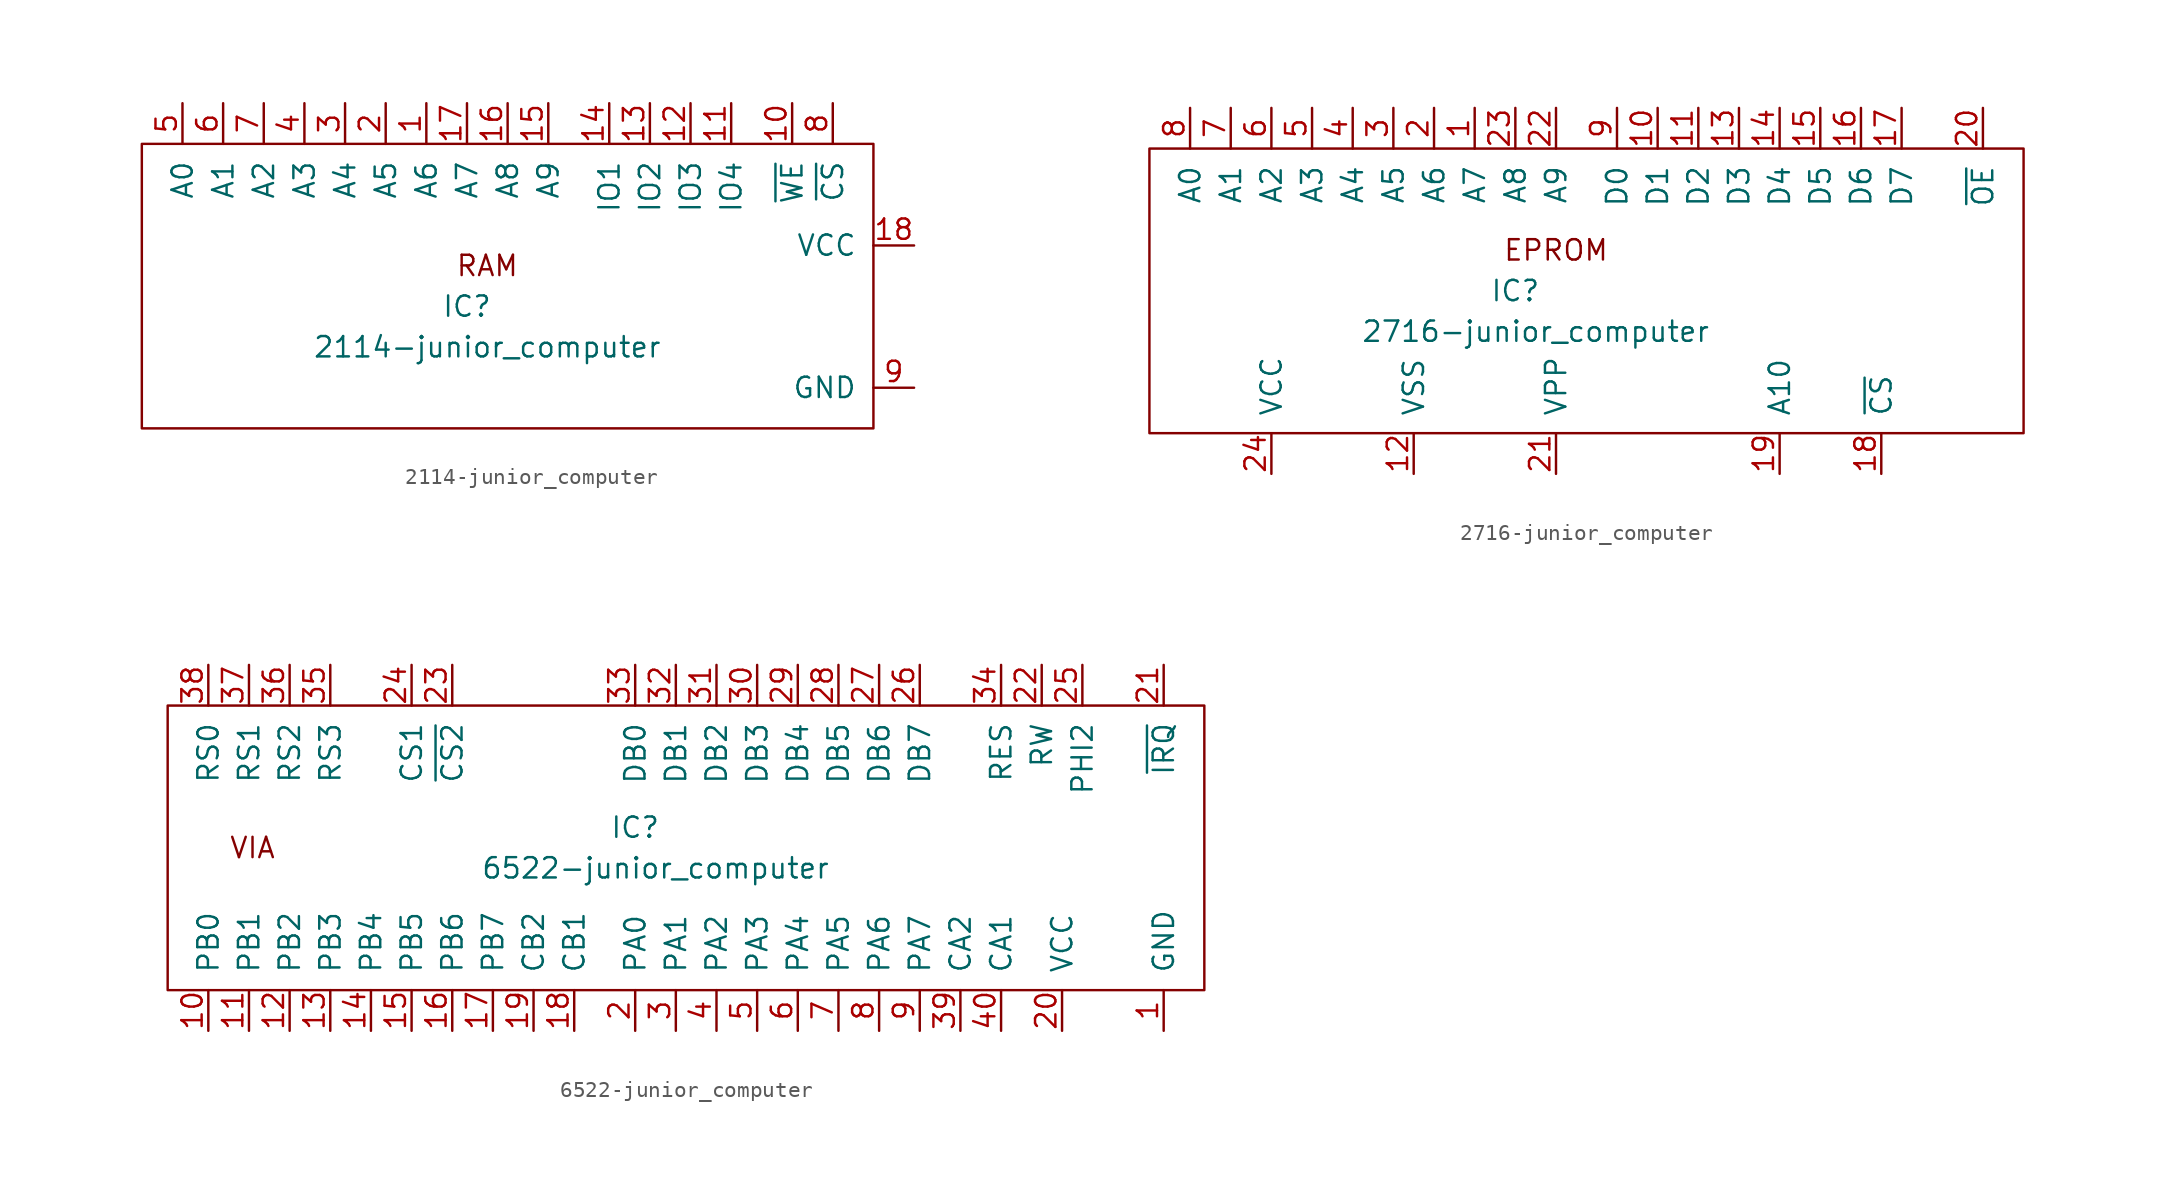
<source format=kicad_sym>
(kicad_symbol_lib
  (version 20220914)
  (generator kicad_symbol_editor)
  (symbol "2114-junior_computer"
    (pin_names
      (offset 1.016))
    (property "Reference" "IC"
      (at -3.81 -1.27 0)
      (effects (font (size 1.27 1.27))))
    (property "Value" "2114-junior_computer"
      (at -2.54 -3.81 0)
      (effects (font (size 1.27 1.27))))
    (symbol "2114-junior_computer_0_0"
      (rectangle (start -24.13 8.89) (end 21.59 -8.89) (stroke (width 0) (type solid)) (fill (type none)))
      (text "RAM" (at -2.54 1.27 0) (effects (font (size 1.27 1.27)))))
    (symbol "2114-junior_computer_1_1"
      (pin input line (at -6.35 11.43 270) (length 2.54) (name "A6" (effects (font (size 1.27 1.27)))) (number "1" (effects (font (size 1.27 1.27)))))
      (pin input line (at 16.51 11.43 270) (length 2.54) (name "~{WE}" (effects (font (size 1.27 1.27)))) (number "10" (effects (font (size 1.27 1.27)))))
      (pin bidirectional line (at 12.7 11.43 270) (length 2.54) (name "IO4" (effects (font (size 1.27 1.27)))) (number "11" (effects (font (size 1.27 1.27)))))
      (pin bidirectional line (at 10.16 11.43 270) (length 2.54) (name "IO3" (effects (font (size 1.27 1.27)))) (number "12" (effects (font (size 1.27 1.27)))))
      (pin bidirectional line (at 7.62 11.43 270) (length 2.54) (name "IO2" (effects (font (size 1.27 1.27)))) (number "13" (effects (font (size 1.27 1.27)))))
      (pin bidirectional line (at 5.08 11.43 270) (length 2.54) (name "IO1" (effects (font (size 1.27 1.27)))) (number "14" (effects (font (size 1.27 1.27)))))
      (pin input line (at 1.27 11.43 270) (length 2.54) (name "A9" (effects (font (size 1.27 1.27)))) (number "15" (effects (font (size 1.27 1.27)))))
      (pin input line (at -1.27 11.43 270) (length 2.54) (name "A8" (effects (font (size 1.27 1.27)))) (number "16" (effects (font (size 1.27 1.27)))))
      (pin input line (at -3.81 11.43 270) (length 2.54) (name "A7" (effects (font (size 1.27 1.27)))) (number "17" (effects (font (size 1.27 1.27)))))
      (pin power_in line (at 24.13 2.54 180) (length 2.54) (name "VCC" (effects (font (size 1.27 1.27)))) (number "18" (effects (font (size 1.27 1.27)))))
      (pin input line (at -8.89 11.43 270) (length 2.54) (name "A5" (effects (font (size 1.27 1.27)))) (number "2" (effects (font (size 1.27 1.27)))))
      (pin input line (at -11.43 11.43 270) (length 2.54) (name "A4" (effects (font (size 1.27 1.27)))) (number "3" (effects (font (size 1.27 1.27)))))
      (pin input line (at -13.97 11.43 270) (length 2.54) (name "A3" (effects (font (size 1.27 1.27)))) (number "4" (effects (font (size 1.27 1.27)))))
      (pin input line (at -21.59 11.43 270) (length 2.54) (name "A0" (effects (font (size 1.27 1.27)))) (number "5" (effects (font (size 1.27 1.27)))))
      (pin input line (at -19.05 11.43 270) (length 2.54) (name "A1" (effects (font (size 1.27 1.27)))) (number "6" (effects (font (size 1.27 1.27)))))
      (pin input line (at -16.51 11.43 270) (length 2.54) (name "A2" (effects (font (size 1.27 1.27)))) (number "7" (effects (font (size 1.27 1.27)))))
      (pin input line (at 19.05 11.43 270) (length 2.54) (name "~{CS}" (effects (font (size 1.27 1.27)))) (number "8" (effects (font (size 1.27 1.27)))))
      (pin power_in line (at 24.13 -6.35 180) (length 2.54) (name "GND" (effects (font (size 1.27 1.27)))) (number "9" (effects (font (size 1.27 1.27)))))))
  (symbol "2716-junior_computer"
    (pin_names
      (offset 1.016))
    (property "Reference" "IC"
      (at -1.27 0 0)
      (effects (font (size 1.27 1.27))))
    (property "Value" "2716-junior_computer"
      (at 0 -2.54 0)
      (effects (font (size 1.27 1.27))))
    (symbol "2716-junior_computer_0_0"
      (rectangle (start -24.13 8.89) (end 30.48 -8.89) (stroke (width 0) (type solid)) (fill (type none)))
      (text "EPROM" (at 1.27 2.54 0) (effects (font (size 1.27 1.27)))))
    (symbol "2716-junior_computer_1_1"
      (pin input line (at -3.81 11.43 270) (length 2.54) (name "A7" (effects (font (size 1.27 1.27)))) (number "1" (effects (font (size 1.27 1.27)))))
      (pin bidirectional line (at 7.62 11.43 270) (length 2.54) (name "D1" (effects (font (size 1.27 1.27)))) (number "10" (effects (font (size 1.27 1.27)))))
      (pin bidirectional line (at 10.16 11.43 270) (length 2.54) (name "D2" (effects (font (size 1.27 1.27)))) (number "11" (effects (font (size 1.27 1.27)))))
      (pin power_in line (at -7.62 -11.43 90) (length 2.54) (name "VSS" (effects (font (size 1.27 1.27)))) (number "12" (effects (font (size 1.27 1.27)))))
      (pin bidirectional line (at 12.7 11.43 270) (length 2.54) (name "D3" (effects (font (size 1.27 1.27)))) (number "13" (effects (font (size 1.27 1.27)))))
      (pin bidirectional line (at 15.24 11.43 270) (length 2.54) (name "D4" (effects (font (size 1.27 1.27)))) (number "14" (effects (font (size 1.27 1.27)))))
      (pin bidirectional line (at 17.78 11.43 270) (length 2.54) (name "D5" (effects (font (size 1.27 1.27)))) (number "15" (effects (font (size 1.27 1.27)))))
      (pin bidirectional line (at 20.32 11.43 270) (length 2.54) (name "D6" (effects (font (size 1.27 1.27)))) (number "16" (effects (font (size 1.27 1.27)))))
      (pin bidirectional line (at 22.86 11.43 270) (length 2.54) (name "D7" (effects (font (size 1.27 1.27)))) (number "17" (effects (font (size 1.27 1.27)))))
      (pin input line (at 21.59 -11.43 90) (length 2.54) (name "~{CS}" (effects (font (size 1.27 1.27)))) (number "18" (effects (font (size 1.27 1.27)))))
      (pin input line (at 15.24 -11.43 90) (length 2.54) (name "A10" (effects (font (size 1.27 1.27)))) (number "19" (effects (font (size 1.27 1.27)))))
      (pin input line (at -6.35 11.43 270) (length 2.54) (name "A6" (effects (font (size 1.27 1.27)))) (number "2" (effects (font (size 1.27 1.27)))))
      (pin input line (at 27.94 11.43 270) (length 2.54) (name "~{OE}" (effects (font (size 1.27 1.27)))) (number "20" (effects (font (size 1.27 1.27)))))
      (pin power_in line (at 1.27 -11.43 90) (length 2.54) (name "VPP" (effects (font (size 1.27 1.27)))) (number "21" (effects (font (size 1.27 1.27)))))
      (pin input line (at 1.27 11.43 270) (length 2.54) (name "A9" (effects (font (size 1.27 1.27)))) (number "22" (effects (font (size 1.27 1.27)))))
      (pin input line (at -1.27 11.43 270) (length 2.54) (name "A8" (effects (font (size 1.27 1.27)))) (number "23" (effects (font (size 1.27 1.27)))))
      (pin power_in line (at -16.51 -11.43 90) (length 2.54) (name "VCC" (effects (font (size 1.27 1.27)))) (number "24" (effects (font (size 1.27 1.27)))))
      (pin input line (at -8.89 11.43 270) (length 2.54) (name "A5" (effects (font (size 1.27 1.27)))) (number "3" (effects (font (size 1.27 1.27)))))
      (pin input line (at -11.43 11.43 270) (length 2.54) (name "A4" (effects (font (size 1.27 1.27)))) (number "4" (effects (font (size 1.27 1.27)))))
      (pin input line (at -13.97 11.43 270) (length 2.54) (name "A3" (effects (font (size 1.27 1.27)))) (number "5" (effects (font (size 1.27 1.27)))))
      (pin input line (at -16.51 11.43 270) (length 2.54) (name "A2" (effects (font (size 1.27 1.27)))) (number "6" (effects (font (size 1.27 1.27)))))
      (pin input line (at -19.05 11.43 270) (length 2.54) (name "A1" (effects (font (size 1.27 1.27)))) (number "7" (effects (font (size 1.27 1.27)))))
      (pin input line (at -21.59 11.43 270) (length 2.54) (name "A0" (effects (font (size 1.27 1.27)))) (number "8" (effects (font (size 1.27 1.27)))))
      (pin bidirectional line (at 5.08 11.43 270) (length 2.54) (name "D0" (effects (font (size 1.27 1.27)))) (number "9" (effects (font (size 1.27 1.27)))))))
  (symbol "6522-junior_computer"
    (pin_names
      (offset 1.016))
    (property "Reference" "IC"
      (at 5.08 1.27 0)
      (effects (font (size 1.27 1.27))))
    (property "Value" "6522-junior_computer"
      (at 6.35 -1.27 0)
      (effects (font (size 1.27 1.27))))
    (symbol "6522-junior_computer_0_0"
      (rectangle (start -24.13 8.89) (end 40.64 -8.89) (stroke (width 0) (type solid)) (fill (type none)))
      (text "VIA" (at -20.32 0 0) (effects (font (size 1.27 1.27)) (justify left))))
    (symbol "6522-junior_computer_1_1"
      (pin power_in line (at 38.1 -11.43 90) (length 2.54) (name "GND" (effects (font (size 1.27 1.27)))) (number "1" (effects (font (size 1.27 1.27)))))
      (pin bidirectional line (at -21.59 -11.43 90) (length 2.54) (name "PB0" (effects (font (size 1.27 1.27)))) (number "10" (effects (font (size 1.27 1.27)))))
      (pin bidirectional line (at -19.05 -11.43 90) (length 2.54) (name "PB1" (effects (font (size 1.27 1.27)))) (number "11" (effects (font (size 1.27 1.27)))))
      (pin bidirectional line (at -16.51 -11.43 90) (length 2.54) (name "PB2" (effects (font (size 1.27 1.27)))) (number "12" (effects (font (size 1.27 1.27)))))
      (pin bidirectional line (at -13.97 -11.43 90) (length 2.54) (name "PB3" (effects (font (size 1.27 1.27)))) (number "13" (effects (font (size 1.27 1.27)))))
      (pin bidirectional line (at -11.43 -11.43 90) (length 2.54) (name "PB4" (effects (font (size 1.27 1.27)))) (number "14" (effects (font (size 1.27 1.27)))))
      (pin bidirectional line (at -8.89 -11.43 90) (length 2.54) (name "PB5" (effects (font (size 1.27 1.27)))) (number "15" (effects (font (size 1.27 1.27)))))
      (pin bidirectional line (at -6.35 -11.43 90) (length 2.54) (name "PB6" (effects (font (size 1.27 1.27)))) (number "16" (effects (font (size 1.27 1.27)))))
      (pin bidirectional line (at -3.81 -11.43 90) (length 2.54) (name "PB7" (effects (font (size 1.27 1.27)))) (number "17" (effects (font (size 1.27 1.27)))))
      (pin bidirectional line (at 1.27 -11.43 90) (length 2.54) (name "CB1" (effects (font (size 1.27 1.27)))) (number "18" (effects (font (size 1.27 1.27)))))
      (pin bidirectional line (at -1.27 -11.43 90) (length 2.54) (name "CB2" (effects (font (size 1.27 1.27)))) (number "19" (effects (font (size 1.27 1.27)))))
      (pin bidirectional line (at 5.08 -11.43 90) (length 2.54) (name "PA0" (effects (font (size 1.27 1.27)))) (number "2" (effects (font (size 1.27 1.27)))))
      (pin power_in line (at 31.75 -11.43 90) (length 2.54) (name "VCC" (effects (font (size 1.27 1.27)))) (number "20" (effects (font (size 1.27 1.27)))))
      (pin input line (at 38.1 11.43 270) (length 2.54) (name "~{IRQ}" (effects (font (size 1.27 1.27)))) (number "21" (effects (font (size 1.27 1.27)))))
      (pin input line (at 30.48 11.43 270) (length 2.54) (name "RW" (effects (font (size 1.27 1.27)))) (number "22" (effects (font (size 1.27 1.27)))))
      (pin input line (at -6.35 11.43 270) (length 2.54) (name "~{CS2}" (effects (font (size 1.27 1.27)))) (number "23" (effects (font (size 1.27 1.27)))))
      (pin input line (at -8.89 11.43 270) (length 2.54) (name "CS1" (effects (font (size 1.27 1.27)))) (number "24" (effects (font (size 1.27 1.27)))))
      (pin input line (at 33.02 11.43 270) (length 2.54) (name "PHI2" (effects (font (size 1.27 1.27)))) (number "25" (effects (font (size 1.27 1.27)))))
      (pin bidirectional line (at 22.86 11.43 270) (length 2.54) (name "DB7" (effects (font (size 1.27 1.27)))) (number "26" (effects (font (size 1.27 1.27)))))
      (pin bidirectional line (at 20.32 11.43 270) (length 2.54) (name "DB6" (effects (font (size 1.27 1.27)))) (number "27" (effects (font (size 1.27 1.27)))))
      (pin bidirectional line (at 17.78 11.43 270) (length 2.54) (name "DB5" (effects (font (size 1.27 1.27)))) (number "28" (effects (font (size 1.27 1.27)))))
      (pin bidirectional line (at 15.24 11.43 270) (length 2.54) (name "DB4" (effects (font (size 1.27 1.27)))) (number "29" (effects (font (size 1.27 1.27)))))
      (pin bidirectional line (at 7.62 -11.43 90) (length 2.54) (name "PA1" (effects (font (size 1.27 1.27)))) (number "3" (effects (font (size 1.27 1.27)))))
      (pin bidirectional line (at 12.7 11.43 270) (length 2.54) (name "DB3" (effects (font (size 1.27 1.27)))) (number "30" (effects (font (size 1.27 1.27)))))
      (pin bidirectional line (at 10.16 11.43 270) (length 2.54) (name "DB2" (effects (font (size 1.27 1.27)))) (number "31" (effects (font (size 1.27 1.27)))))
      (pin bidirectional line (at 7.62 11.43 270) (length 2.54) (name "DB1" (effects (font (size 1.27 1.27)))) (number "32" (effects (font (size 1.27 1.27)))))
      (pin bidirectional line (at 5.08 11.43 270) (length 2.54) (name "DB0" (effects (font (size 1.27 1.27)))) (number "33" (effects (font (size 1.27 1.27)))))
      (pin input line (at 27.94 11.43 270) (length 2.54) (name "RES" (effects (font (size 1.27 1.27)))) (number "34" (effects (font (size 1.27 1.27)))))
      (pin input line (at -13.97 11.43 270) (length 2.54) (name "RS3" (effects (font (size 1.27 1.27)))) (number "35" (effects (font (size 1.27 1.27)))))
      (pin input line (at -16.51 11.43 270) (length 2.54) (name "RS2" (effects (font (size 1.27 1.27)))) (number "36" (effects (font (size 1.27 1.27)))))
      (pin input line (at -19.05 11.43 270) (length 2.54) (name "RS1" (effects (font (size 1.27 1.27)))) (number "37" (effects (font (size 1.27 1.27)))))
      (pin input line (at -21.59 11.43 270) (length 2.54) (name "RS0" (effects (font (size 1.27 1.27)))) (number "38" (effects (font (size 1.27 1.27)))))
      (pin bidirectional line (at 25.4 -11.43 90) (length 2.54) (name "CA2" (effects (font (size 1.27 1.27)))) (number "39" (effects (font (size 1.27 1.27)))))
      (pin bidirectional line (at 10.16 -11.43 90) (length 2.54) (name "PA2" (effects (font (size 1.27 1.27)))) (number "4" (effects (font (size 1.27 1.27)))))
      (pin bidirectional line (at 27.94 -11.43 90) (length 2.54) (name "CA1" (effects (font (size 1.27 1.27)))) (number "40" (effects (font (size 1.27 1.27)))))
      (pin bidirectional line (at 12.7 -11.43 90) (length 2.54) (name "PA3" (effects (font (size 1.27 1.27)))) (number "5" (effects (font (size 1.27 1.27)))))
      (pin bidirectional line (at 15.24 -11.43 90) (length 2.54) (name "PA4" (effects (font (size 1.27 1.27)))) (number "6" (effects (font (size 1.27 1.27)))))
      (pin bidirectional line (at 17.78 -11.43 90) (length 2.54) (name "PA5" (effects (font (size 1.27 1.27)))) (number "7" (effects (font (size 1.27 1.27)))))
      (pin bidirectional line (at 20.32 -11.43 90) (length 2.54) (name "PA6" (effects (font (size 1.27 1.27)))) (number "8" (effects (font (size 1.27 1.27)))))
      (pin bidirectional line (at 22.86 -11.43 90) (length 2.54) (name "PA7" (effects (font (size 1.27 1.27)))) (number "9" (effects (font (size 1.27 1.27))))))))
</source>
